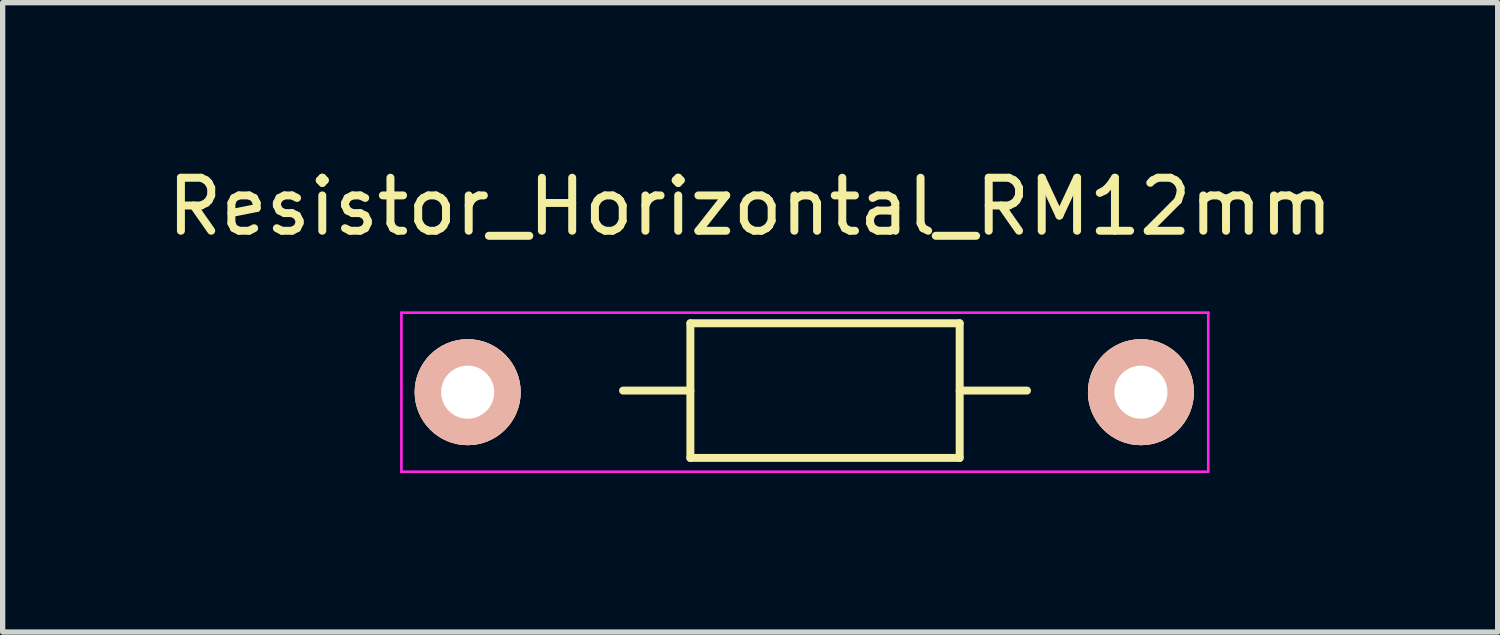
<source format=kicad_pcb>
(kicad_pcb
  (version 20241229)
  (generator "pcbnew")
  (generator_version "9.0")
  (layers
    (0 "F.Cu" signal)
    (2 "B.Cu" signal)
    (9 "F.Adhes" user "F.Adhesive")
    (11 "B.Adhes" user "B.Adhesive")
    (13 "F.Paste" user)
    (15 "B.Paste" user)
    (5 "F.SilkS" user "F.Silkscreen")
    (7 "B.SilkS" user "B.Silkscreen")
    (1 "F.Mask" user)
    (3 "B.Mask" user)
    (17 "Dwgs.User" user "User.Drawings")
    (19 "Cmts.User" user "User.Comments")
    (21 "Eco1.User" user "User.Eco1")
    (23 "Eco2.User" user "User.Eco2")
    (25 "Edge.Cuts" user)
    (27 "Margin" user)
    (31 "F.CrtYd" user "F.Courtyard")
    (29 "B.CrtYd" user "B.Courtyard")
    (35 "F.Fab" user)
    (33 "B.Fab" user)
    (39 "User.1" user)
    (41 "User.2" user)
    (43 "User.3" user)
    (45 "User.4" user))
  (footprint "Resistor_Horizontal_RM12mm"
    (layer "F.Cu")
    (at 5.772 4.348)
    (property "Reference" "Resistor_Horizontal_RM12mm" (at 5.329 -3.5 0) (layer "F.SilkS") (effects (font (size 1 1) (thickness 0.15))))
    (attr through_hole)
    (fp_line (start 4.201 -1.3) (end 9.281 -1.3) (stroke (width 0.15) (type solid)) (layer "F.SilkS"))
    (fp_line (start 4.201 -0.03) (end 2.931 -0.03) (stroke (width 0.15) (type solid)) (layer "F.SilkS"))
    (fp_line (start 4.201 1.24) (end 4.201 -1.3) (stroke (width 0.15) (type solid)) (layer "F.SilkS"))
    (fp_line (start 9.281 -1.3) (end 9.281 1.24) (stroke (width 0.15) (type solid)) (layer "F.SilkS"))
    (fp_line (start 9.281 -0.03) (end 10.551 -0.03) (stroke (width 0.15) (type solid)) (layer "F.SilkS"))
    (fp_line (start 9.281 1.24) (end 4.201 1.24) (stroke (width 0.15) (type solid)) (layer "F.SilkS"))
    (fp_line (start -1.25 -1.5) (end 13.97 -1.5) (stroke (width 0.05) (type solid)) (layer "F.CrtYd"))
    (fp_line (start -1.25 1.5) (end -1.25 -1.5) (stroke (width 0.05) (type solid)) (layer "F.CrtYd"))
    (fp_line (start -1.25 1.5) (end 13.97 1.5) (stroke (width 0.05) (type solid)) (layer "F.CrtYd"))
    (fp_line (start 13.97 -1.5) (end 13.97 1.5) (stroke (width 0.05) (type solid)) (layer "F.CrtYd"))
    (pad "1" thru_hole circle (at 0 0) (size 1.999 1.999) (drill 1.001) (layers "*.Cu" "*.SilkS" "*.Mask"))
    (pad "2" thru_hole circle (at 12.7 0) (size 1.999 1.999) (drill 1.001) (layers "*.Cu" "*.SilkS" "*.Mask")))
  (gr_rect
    (start -3 -3)
    (end 25.202 8.873)
    (stroke (width 0.1) (type default))
    (fill no)
    (layer "Edge.Cuts")))
</source>
